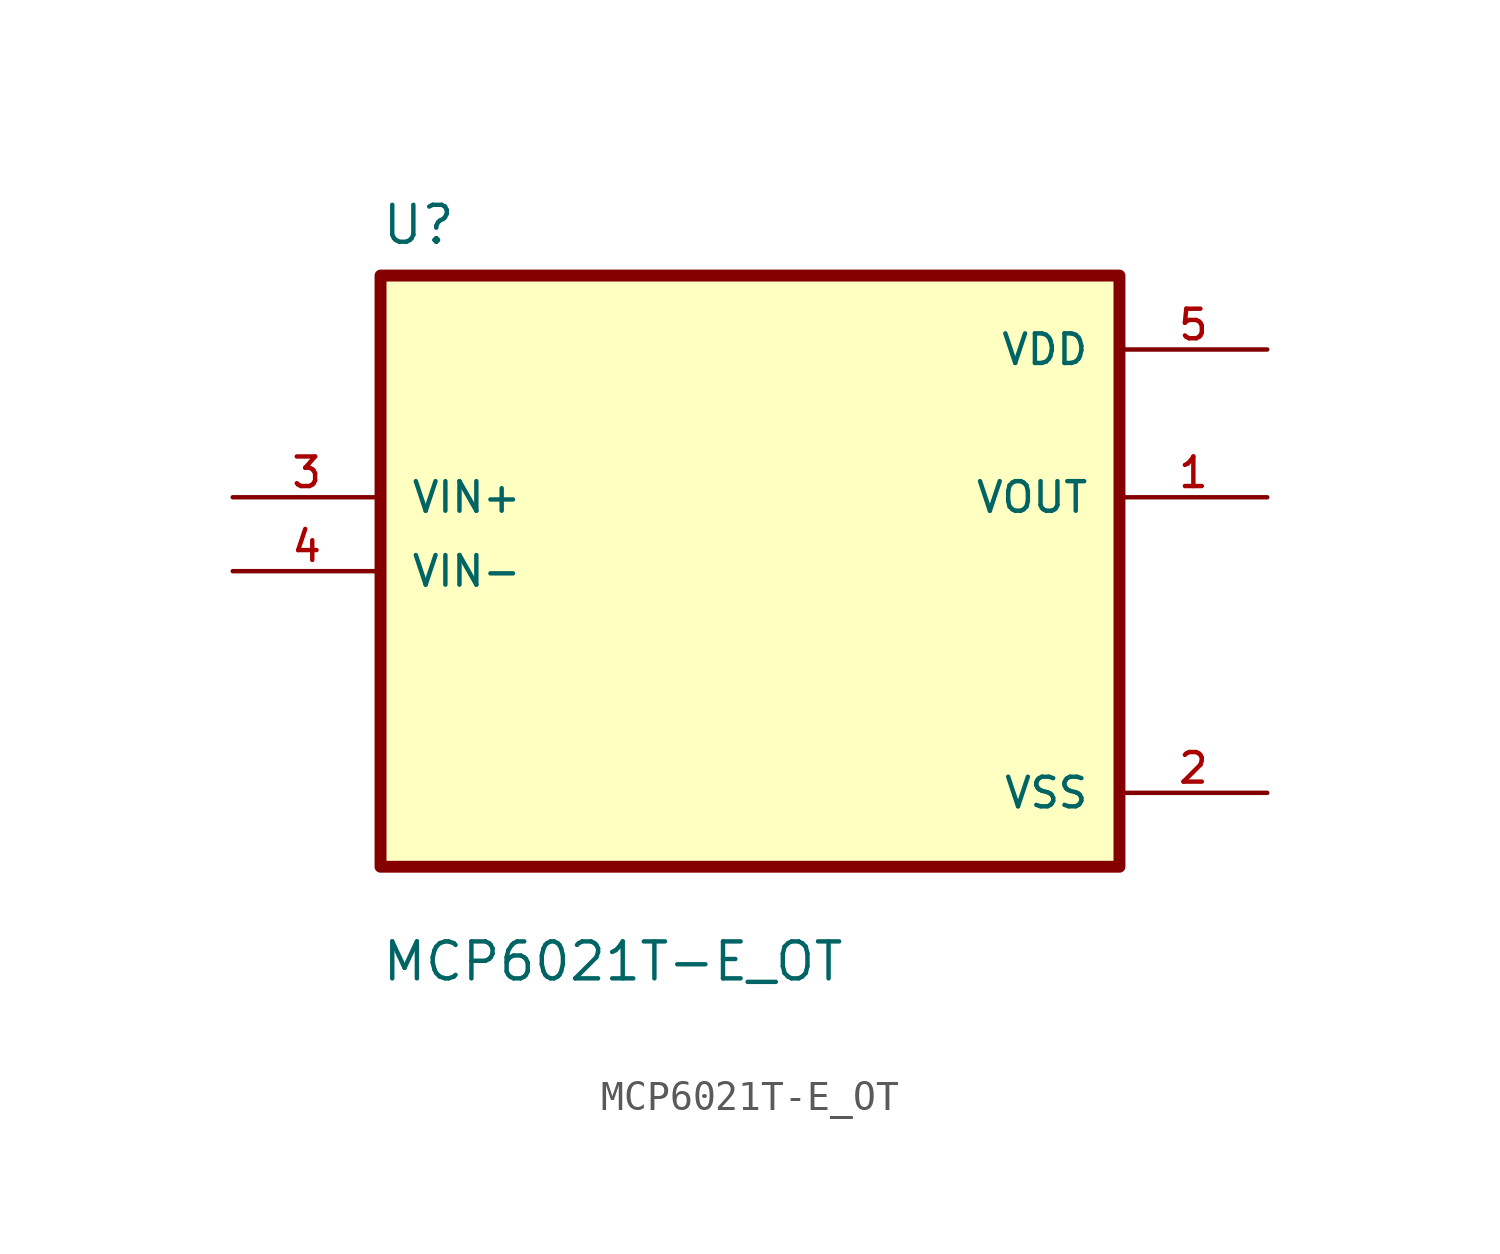
<source format=kicad_sym>
(kicad_symbol_lib
  (version 20211014)
  (generator kicad_symbol_editor)
  (symbol "MCP6021T-E_OT"
    (pin_names
      (offset 1.016))
    (property "Reference" "U"
      (at -12.7 11.16 0.0)
      (effects (font (size 1.27 1.27)) (justify bottom left)))
    (property "Value" "MCP6021T-E_OT"
      (at -12.7 -14.16 0.0)
      (effects (font (size 1.27 1.27)) (justify bottom left)))
    (symbol "MCP6021T-E_OT_0_0"
      (rectangle (start -12.7 -10.16) (end 12.7 10.16) (stroke (width 0.41)) (fill (type background)))
      (pin input line (at -17.78 2.54 0) (length 5.08) (name "VIN+" (effects (font (size 1.016 1.016)))) (number "3" (effects (font (size 1.016 1.016)))))
      (pin input line (at -17.78 0.0 0) (length 5.08) (name "VIN-" (effects (font (size 1.016 1.016)))) (number "4" (effects (font (size 1.016 1.016)))))
      (pin power_in line (at 17.78 7.62 180.0) (length 5.08) (name "VDD" (effects (font (size 1.016 1.016)))) (number "5" (effects (font (size 1.016 1.016)))))
      (pin output line (at 17.78 2.54 180.0) (length 5.08) (name "VOUT" (effects (font (size 1.016 1.016)))) (number "1" (effects (font (size 1.016 1.016)))))
      (pin power_in line (at 17.78 -7.62 180.0) (length 5.08) (name "VSS" (effects (font (size 1.016 1.016)))) (number "2" (effects (font (size 1.016 1.016))))))))
</source>
